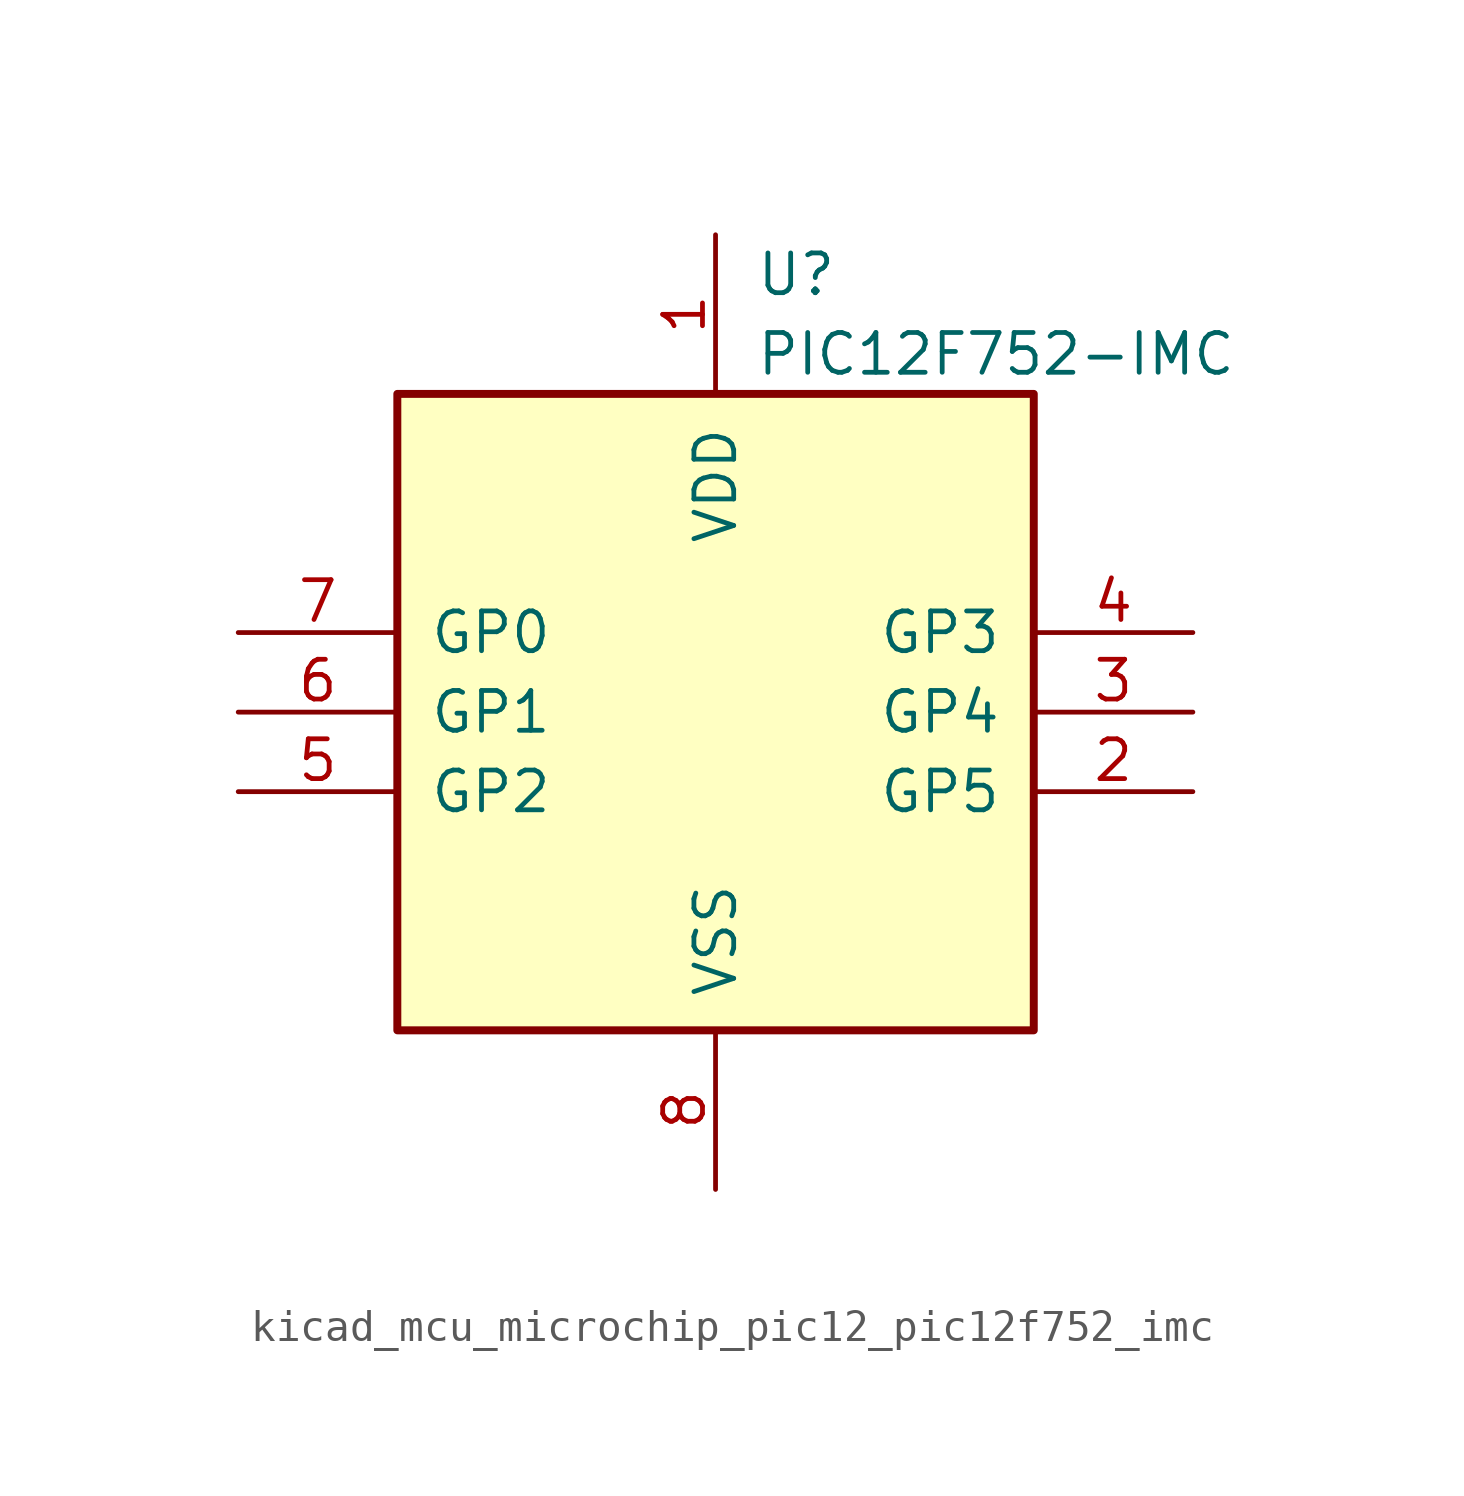
<source format=kicad_sym>
(kicad_symbol_lib
  (version 20220914)
  (generator kicad_symbol_editor)
  (symbol "kicad_mcu_microchip_pic12_pic12f752_imc"
    (pin_names
      (offset 1.016))
    (property "Reference" "U"
      (at 1.27 13.97 0)
      (effects (font (size 1.27 1.27)) (justify left)))
    (property "Value" "PIC12F752-IMC"
      (at 1.27 11.43 0)
      (effects (font (size 1.27 1.27)) (justify left)))
    (symbol "kicad_mcu_microchip_pic12_pic12f752_imc_0_1"
      (rectangle (start 10.16 -10.16) (end -10.16 10.16) (stroke (width 0.254) (type default)) (fill (type background))))
    (symbol "kicad_mcu_microchip_pic12_pic12f752_imc_1_1"
      (pin power_in line (at 0 15.24 270) (length 5.08) (name "VDD" (effects (font (size 1.27 1.27)))) (number "1" (effects (font (size 1.27 1.27)))))
      (pin bidirectional line (at 15.24 -2.54 180) (length 5.08) (name "GP5" (effects (font (size 1.27 1.27)))) (number "2" (effects (font (size 1.27 1.27)))))
      (pin bidirectional line (at 15.24 0 180) (length 5.08) (name "GP4" (effects (font (size 1.27 1.27)))) (number "3" (effects (font (size 1.27 1.27)))))
      (pin input line (at 15.24 2.54 180) (length 5.08) (name "GP3" (effects (font (size 1.27 1.27)))) (number "4" (effects (font (size 1.27 1.27)))))
      (pin bidirectional line (at -15.24 -2.54 0) (length 5.08) (name "GP2" (effects (font (size 1.27 1.27)))) (number "5" (effects (font (size 1.27 1.27)))))
      (pin bidirectional line (at -15.24 0 0) (length 5.08) (name "GP1" (effects (font (size 1.27 1.27)))) (number "6" (effects (font (size 1.27 1.27)))))
      (pin bidirectional line (at -15.24 2.54 0) (length 5.08) (name "GP0" (effects (font (size 1.27 1.27)))) (number "7" (effects (font (size 1.27 1.27)))))
      (pin power_in line (at 0 -15.24 90) (length 5.08) (name "VSS" (effects (font (size 1.27 1.27)))) (number "8" (effects (font (size 1.27 1.27))))))))
</source>
